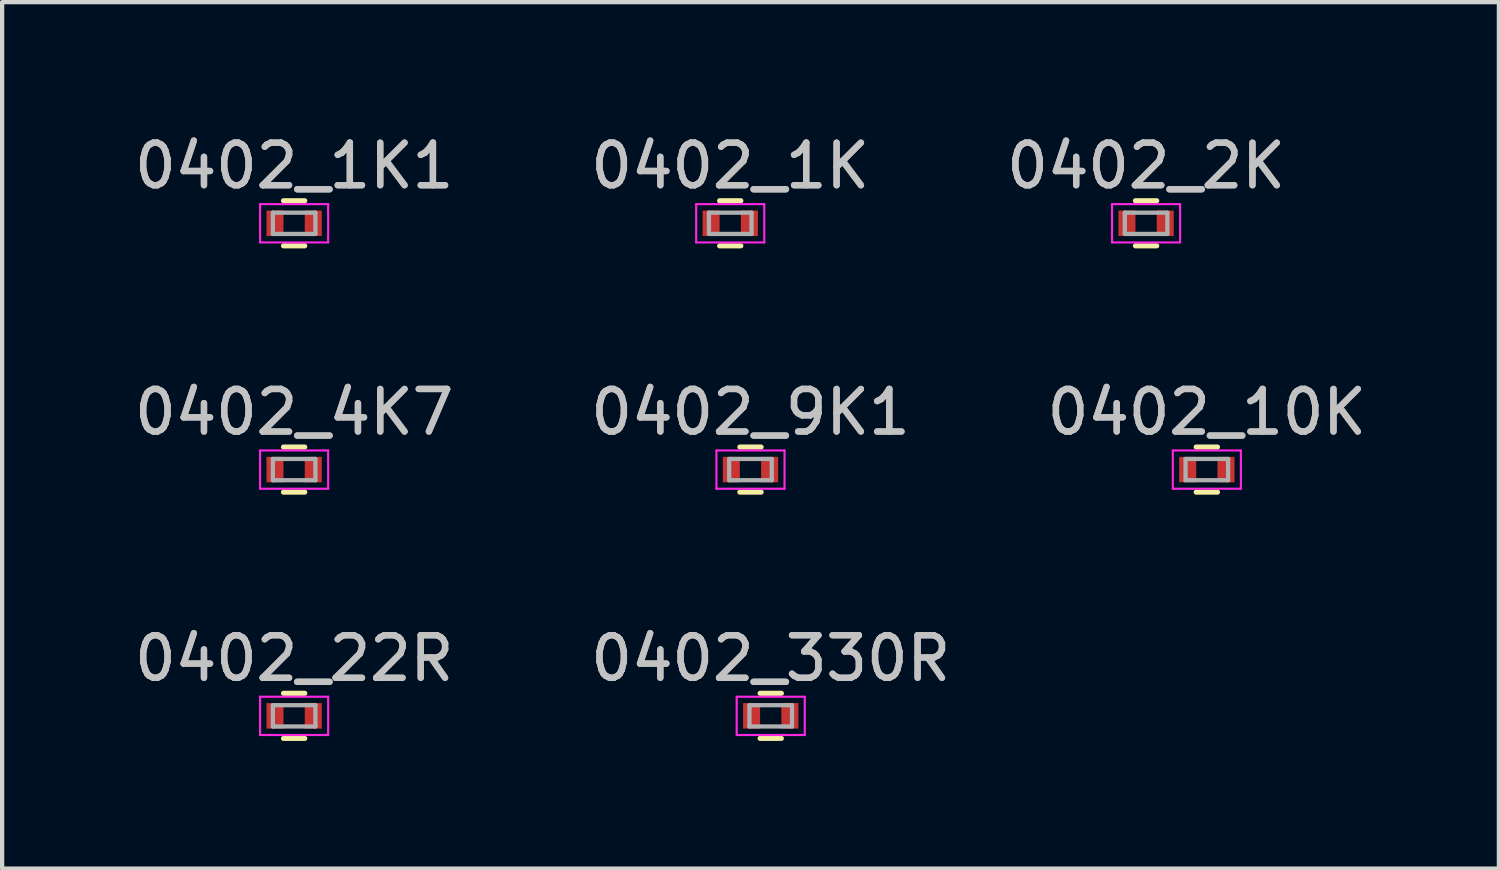
<source format=kicad_pcb>
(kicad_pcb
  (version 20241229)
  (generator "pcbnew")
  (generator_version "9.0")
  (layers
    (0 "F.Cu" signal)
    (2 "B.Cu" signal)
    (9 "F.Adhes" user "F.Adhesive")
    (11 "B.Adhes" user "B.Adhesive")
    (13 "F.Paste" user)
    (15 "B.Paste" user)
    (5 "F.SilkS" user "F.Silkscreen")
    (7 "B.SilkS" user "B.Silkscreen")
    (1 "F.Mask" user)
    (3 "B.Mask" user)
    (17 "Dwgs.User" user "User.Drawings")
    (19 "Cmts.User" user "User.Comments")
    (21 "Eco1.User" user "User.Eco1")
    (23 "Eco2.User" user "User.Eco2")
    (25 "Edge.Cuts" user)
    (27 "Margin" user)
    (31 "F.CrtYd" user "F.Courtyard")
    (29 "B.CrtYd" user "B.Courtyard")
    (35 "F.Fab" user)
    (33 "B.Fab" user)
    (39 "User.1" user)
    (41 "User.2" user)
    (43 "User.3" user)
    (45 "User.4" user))
  (footprint "0402_1K1"
    (layer "F.Cu")
    (at 3.863 2.198)
    (property "Reference" "0402_1K1" (at 0 -1.35 0) (layer "Dwgs.User") (effects (font (size 1 1) (thickness 0.15))))
    (attr smd)
    (fp_line (start -0.25 0.53) (end 0.25 0.53) (stroke (width 0.12) (type solid)) (layer "F.SilkS"))
    (fp_line (start 0.25 -0.53) (end -0.25 -0.53) (stroke (width 0.12) (type solid)) (layer "F.SilkS"))
    (fp_line (start -0.8 -0.45) (end -0.8 0.45) (stroke (width 0.05) (type solid)) (layer "F.CrtYd"))
    (fp_line (start -0.8 -0.45) (end 0.8 -0.45) (stroke (width 0.05) (type solid)) (layer "F.CrtYd"))
    (fp_line (start 0.8 0.45) (end -0.8 0.45) (stroke (width 0.05) (type solid)) (layer "F.CrtYd"))
    (fp_line (start 0.8 0.45) (end 0.8 -0.45) (stroke (width 0.05) (type solid)) (layer "F.CrtYd"))
    (fp_line (start -0.5 -0.25) (end 0.5 -0.25) (stroke (width 0.1) (type solid)) (layer "F.Fab"))
    (fp_line (start -0.5 0.25) (end -0.5 -0.25) (stroke (width 0.1) (type solid)) (layer "F.Fab"))
    (fp_line (start 0.5 -0.25) (end 0.5 0.25) (stroke (width 0.1) (type solid)) (layer "F.Fab"))
    (fp_line (start 0.5 0.25) (end -0.5 0.25) (stroke (width 0.1) (type solid)) (layer "F.Fab"))
    (fp_text user "${REFERENCE}" (at 0 -1.35 0) (layer "F.Fab") (effects (font (size 1 1) (thickness 0.15))))
    (pad "1" smd rect (at -0.45 0) (size 0.4 0.6) (layers "F.Cu" "F.Mask" "F.Paste"))
    (pad "2" smd rect (at 0.45 0) (size 0.4 0.6) (layers "F.Cu" "F.Mask" "F.Paste")))
  (footprint "0402_2K"
    (layer "F.Cu")
    (at 23.887 2.198)
    (property "Reference" "0402_2K" (at 0 -1.35 0) (layer "Dwgs.User") (effects (font (size 1 1) (thickness 0.15))))
    (attr smd)
    (fp_line (start -0.25 0.53) (end 0.25 0.53) (stroke (width 0.12) (type solid)) (layer "F.SilkS"))
    (fp_line (start 0.25 -0.53) (end -0.25 -0.53) (stroke (width 0.12) (type solid)) (layer "F.SilkS"))
    (fp_line (start -0.8 -0.45) (end -0.8 0.45) (stroke (width 0.05) (type solid)) (layer "F.CrtYd"))
    (fp_line (start -0.8 -0.45) (end 0.8 -0.45) (stroke (width 0.05) (type solid)) (layer "F.CrtYd"))
    (fp_line (start 0.8 0.45) (end -0.8 0.45) (stroke (width 0.05) (type solid)) (layer "F.CrtYd"))
    (fp_line (start 0.8 0.45) (end 0.8 -0.45) (stroke (width 0.05) (type solid)) (layer "F.CrtYd"))
    (fp_line (start -0.5 -0.25) (end 0.5 -0.25) (stroke (width 0.1) (type solid)) (layer "F.Fab"))
    (fp_line (start -0.5 0.25) (end -0.5 -0.25) (stroke (width 0.1) (type solid)) (layer "F.Fab"))
    (fp_line (start 0.5 -0.25) (end 0.5 0.25) (stroke (width 0.1) (type solid)) (layer "F.Fab"))
    (fp_line (start 0.5 0.25) (end -0.5 0.25) (stroke (width 0.1) (type solid)) (layer "F.Fab"))
    (fp_text user "${REFERENCE}" (at 0 -1.35 0) (layer "F.Fab") (effects (font (size 1 1) (thickness 0.15))))
    (pad "1" smd rect (at -0.45 0) (size 0.4 0.6) (layers "F.Cu" "F.Mask" "F.Paste"))
    (pad "2" smd rect (at 0.45 0) (size 0.4 0.6) (layers "F.Cu" "F.Mask" "F.Paste")))
  (footprint "0402_10K"
    (layer "F.Cu")
    (at 25.315 7.987)
    (property "Reference" "0402_10K" (at 0 -1.35 0) (layer "Dwgs.User") (effects (font (size 1 1) (thickness 0.15))))
    (attr smd)
    (fp_line (start -0.25 0.53) (end 0.25 0.53) (stroke (width 0.12) (type solid)) (layer "F.SilkS"))
    (fp_line (start 0.25 -0.53) (end -0.25 -0.53) (stroke (width 0.12) (type solid)) (layer "F.SilkS"))
    (fp_line (start -0.8 -0.45) (end -0.8 0.45) (stroke (width 0.05) (type solid)) (layer "F.CrtYd"))
    (fp_line (start -0.8 -0.45) (end 0.8 -0.45) (stroke (width 0.05) (type solid)) (layer "F.CrtYd"))
    (fp_line (start 0.8 0.45) (end -0.8 0.45) (stroke (width 0.05) (type solid)) (layer "F.CrtYd"))
    (fp_line (start 0.8 0.45) (end 0.8 -0.45) (stroke (width 0.05) (type solid)) (layer "F.CrtYd"))
    (fp_line (start -0.5 -0.25) (end 0.5 -0.25) (stroke (width 0.1) (type solid)) (layer "F.Fab"))
    (fp_line (start -0.5 0.25) (end -0.5 -0.25) (stroke (width 0.1) (type solid)) (layer "F.Fab"))
    (fp_line (start 0.5 -0.25) (end 0.5 0.25) (stroke (width 0.1) (type solid)) (layer "F.Fab"))
    (fp_line (start 0.5 0.25) (end -0.5 0.25) (stroke (width 0.1) (type solid)) (layer "F.Fab"))
    (fp_text user "${REFERENCE}" (at 0 -1.35 0) (layer "F.Fab") (effects (font (size 1 1) (thickness 0.15))))
    (pad "1" smd rect (at -0.45 0) (size 0.4 0.6) (layers "F.Cu" "F.Mask" "F.Paste"))
    (pad "2" smd rect (at 0.45 0) (size 0.4 0.6) (layers "F.Cu" "F.Mask" "F.Paste")))
  (footprint "0402_22R"
    (layer "F.Cu")
    (at 3.863 13.775)
    (property "Reference" "0402_22R" (at 0 -1.35 0) (layer "Dwgs.User") (effects (font (size 1 1) (thickness 0.15))))
    (attr smd)
    (fp_line (start -0.25 0.53) (end 0.25 0.53) (stroke (width 0.12) (type solid)) (layer "F.SilkS"))
    (fp_line (start 0.25 -0.53) (end -0.25 -0.53) (stroke (width 0.12) (type solid)) (layer "F.SilkS"))
    (fp_line (start -0.8 -0.45) (end -0.8 0.45) (stroke (width 0.05) (type solid)) (layer "F.CrtYd"))
    (fp_line (start -0.8 -0.45) (end 0.8 -0.45) (stroke (width 0.05) (type solid)) (layer "F.CrtYd"))
    (fp_line (start 0.8 0.45) (end -0.8 0.45) (stroke (width 0.05) (type solid)) (layer "F.CrtYd"))
    (fp_line (start 0.8 0.45) (end 0.8 -0.45) (stroke (width 0.05) (type solid)) (layer "F.CrtYd"))
    (fp_line (start -0.5 -0.25) (end 0.5 -0.25) (stroke (width 0.1) (type solid)) (layer "F.Fab"))
    (fp_line (start -0.5 0.25) (end -0.5 -0.25) (stroke (width 0.1) (type solid)) (layer "F.Fab"))
    (fp_line (start 0.5 -0.25) (end 0.5 0.25) (stroke (width 0.1) (type solid)) (layer "F.Fab"))
    (fp_line (start 0.5 0.25) (end -0.5 0.25) (stroke (width 0.1) (type solid)) (layer "F.Fab"))
    (fp_text user "${REFERENCE}" (at 0 -1.35 0) (layer "F.Fab") (effects (font (size 1 1) (thickness 0.15))))
    (pad "1" smd rect (at -0.45 0) (size 0.4 0.6) (layers "F.Cu" "F.Mask" "F.Paste"))
    (pad "2" smd rect (at 0.45 0) (size 0.4 0.6) (layers "F.Cu" "F.Mask" "F.Paste")))
  (footprint "0402_4K7"
    (layer "F.Cu")
    (at 3.863 7.987)
    (property "Reference" "0402_4K7" (at 0 -1.35 0) (layer "Dwgs.User") (effects (font (size 1 1) (thickness 0.15))))
    (attr smd)
    (fp_line (start -0.25 0.53) (end 0.25 0.53) (stroke (width 0.12) (type solid)) (layer "F.SilkS"))
    (fp_line (start 0.25 -0.53) (end -0.25 -0.53) (stroke (width 0.12) (type solid)) (layer "F.SilkS"))
    (fp_line (start -0.8 -0.45) (end -0.8 0.45) (stroke (width 0.05) (type solid)) (layer "F.CrtYd"))
    (fp_line (start -0.8 -0.45) (end 0.8 -0.45) (stroke (width 0.05) (type solid)) (layer "F.CrtYd"))
    (fp_line (start 0.8 0.45) (end -0.8 0.45) (stroke (width 0.05) (type solid)) (layer "F.CrtYd"))
    (fp_line (start 0.8 0.45) (end 0.8 -0.45) (stroke (width 0.05) (type solid)) (layer "F.CrtYd"))
    (fp_line (start -0.5 -0.25) (end 0.5 -0.25) (stroke (width 0.1) (type solid)) (layer "F.Fab"))
    (fp_line (start -0.5 0.25) (end -0.5 -0.25) (stroke (width 0.1) (type solid)) (layer "F.Fab"))
    (fp_line (start 0.5 -0.25) (end 0.5 0.25) (stroke (width 0.1) (type solid)) (layer "F.Fab"))
    (fp_line (start 0.5 0.25) (end -0.5 0.25) (stroke (width 0.1) (type solid)) (layer "F.Fab"))
    (fp_text user "${REFERENCE}" (at 0 -1.35 0) (layer "F.Fab") (effects (font (size 1 1) (thickness 0.15))))
    (pad "1" smd rect (at -0.45 0) (size 0.4 0.6) (layers "F.Cu" "F.Mask" "F.Paste"))
    (pad "2" smd rect (at 0.45 0) (size 0.4 0.6) (layers "F.Cu" "F.Mask" "F.Paste")))
  (footprint "0402_1K"
    (layer "F.Cu")
    (at 14.113 2.198)
    (property "Reference" "0402_1K" (at 0 -1.35 0) (layer "Dwgs.User") (effects (font (size 1 1) (thickness 0.15))))
    (attr smd)
    (fp_line (start -0.25 0.53) (end 0.25 0.53) (stroke (width 0.12) (type solid)) (layer "F.SilkS"))
    (fp_line (start 0.25 -0.53) (end -0.25 -0.53) (stroke (width 0.12) (type solid)) (layer "F.SilkS"))
    (fp_line (start -0.8 -0.45) (end -0.8 0.45) (stroke (width 0.05) (type solid)) (layer "F.CrtYd"))
    (fp_line (start -0.8 -0.45) (end 0.8 -0.45) (stroke (width 0.05) (type solid)) (layer "F.CrtYd"))
    (fp_line (start 0.8 0.45) (end -0.8 0.45) (stroke (width 0.05) (type solid)) (layer "F.CrtYd"))
    (fp_line (start 0.8 0.45) (end 0.8 -0.45) (stroke (width 0.05) (type solid)) (layer "F.CrtYd"))
    (fp_line (start -0.5 -0.25) (end 0.5 -0.25) (stroke (width 0.1) (type solid)) (layer "F.Fab"))
    (fp_line (start -0.5 0.25) (end -0.5 -0.25) (stroke (width 0.1) (type solid)) (layer "F.Fab"))
    (fp_line (start 0.5 -0.25) (end 0.5 0.25) (stroke (width 0.1) (type solid)) (layer "F.Fab"))
    (fp_line (start 0.5 0.25) (end -0.5 0.25) (stroke (width 0.1) (type solid)) (layer "F.Fab"))
    (fp_text user "${REFERENCE}" (at 0 -1.35 0) (layer "F.Fab") (effects (font (size 1 1) (thickness 0.15))))
    (pad "1" smd rect (at -0.45 0) (size 0.4 0.6) (layers "F.Cu" "F.Mask" "F.Paste"))
    (pad "2" smd rect (at 0.45 0) (size 0.4 0.6) (layers "F.Cu" "F.Mask" "F.Paste")))
  (footprint "0402_330R"
    (layer "F.Cu")
    (at 15.065 13.775)
    (property "Reference" "0402_330R" (at 0 -1.35 0) (layer "Dwgs.User") (effects (font (size 1 1) (thickness 0.15))))
    (attr smd)
    (fp_line (start -0.25 0.53) (end 0.25 0.53) (stroke (width 0.12) (type solid)) (layer "F.SilkS"))
    (fp_line (start 0.25 -0.53) (end -0.25 -0.53) (stroke (width 0.12) (type solid)) (layer "F.SilkS"))
    (fp_line (start -0.8 -0.45) (end -0.8 0.45) (stroke (width 0.05) (type solid)) (layer "F.CrtYd"))
    (fp_line (start -0.8 -0.45) (end 0.8 -0.45) (stroke (width 0.05) (type solid)) (layer "F.CrtYd"))
    (fp_line (start 0.8 0.45) (end -0.8 0.45) (stroke (width 0.05) (type solid)) (layer "F.CrtYd"))
    (fp_line (start 0.8 0.45) (end 0.8 -0.45) (stroke (width 0.05) (type solid)) (layer "F.CrtYd"))
    (fp_line (start -0.5 -0.25) (end 0.5 -0.25) (stroke (width 0.1) (type solid)) (layer "F.Fab"))
    (fp_line (start -0.5 0.25) (end -0.5 -0.25) (stroke (width 0.1) (type solid)) (layer "F.Fab"))
    (fp_line (start 0.5 -0.25) (end 0.5 0.25) (stroke (width 0.1) (type solid)) (layer "F.Fab"))
    (fp_line (start 0.5 0.25) (end -0.5 0.25) (stroke (width 0.1) (type solid)) (layer "F.Fab"))
    (fp_text user "${REFERENCE}" (at 0 -1.35 0) (layer "F.Fab") (effects (font (size 1 1) (thickness 0.15))))
    (pad "1" smd rect (at -0.45 0) (size 0.4 0.6) (layers "F.Cu" "F.Mask" "F.Paste"))
    (pad "2" smd rect (at 0.45 0) (size 0.4 0.6) (layers "F.Cu" "F.Mask" "F.Paste")))
  (footprint "0402_9K1"
    (layer "F.Cu")
    (at 14.589 7.987)
    (property "Reference" "0402_9K1" (at 0 -1.35 0) (layer "Dwgs.User") (effects (font (size 1 1) (thickness 0.15))))
    (attr smd)
    (fp_line (start -0.25 0.53) (end 0.25 0.53) (stroke (width 0.12) (type solid)) (layer "F.SilkS"))
    (fp_line (start 0.25 -0.53) (end -0.25 -0.53) (stroke (width 0.12) (type solid)) (layer "F.SilkS"))
    (fp_line (start -0.8 -0.45) (end -0.8 0.45) (stroke (width 0.05) (type solid)) (layer "F.CrtYd"))
    (fp_line (start -0.8 -0.45) (end 0.8 -0.45) (stroke (width 0.05) (type solid)) (layer "F.CrtYd"))
    (fp_line (start 0.8 0.45) (end -0.8 0.45) (stroke (width 0.05) (type solid)) (layer "F.CrtYd"))
    (fp_line (start 0.8 0.45) (end 0.8 -0.45) (stroke (width 0.05) (type solid)) (layer "F.CrtYd"))
    (fp_line (start -0.5 -0.25) (end 0.5 -0.25) (stroke (width 0.1) (type solid)) (layer "F.Fab"))
    (fp_line (start -0.5 0.25) (end -0.5 -0.25) (stroke (width 0.1) (type solid)) (layer "F.Fab"))
    (fp_line (start 0.5 -0.25) (end 0.5 0.25) (stroke (width 0.1) (type solid)) (layer "F.Fab"))
    (fp_line (start 0.5 0.25) (end -0.5 0.25) (stroke (width 0.1) (type solid)) (layer "F.Fab"))
    (fp_text user "${REFERENCE}" (at 0 -1.35 0) (layer "F.Fab") (effects (font (size 1 1) (thickness 0.15))))
    (pad "1" smd rect (at -0.45 0) (size 0.4 0.6) (layers "F.Cu" "F.Mask" "F.Paste"))
    (pad "2" smd rect (at 0.45 0) (size 0.4 0.6) (layers "F.Cu" "F.Mask" "F.Paste")))
  (gr_rect
    (start -3 -3)
    (end 32.179 17.365)
    (stroke (width 0.1) (type default))
    (fill no)
    (layer "Edge.Cuts")))
</source>
